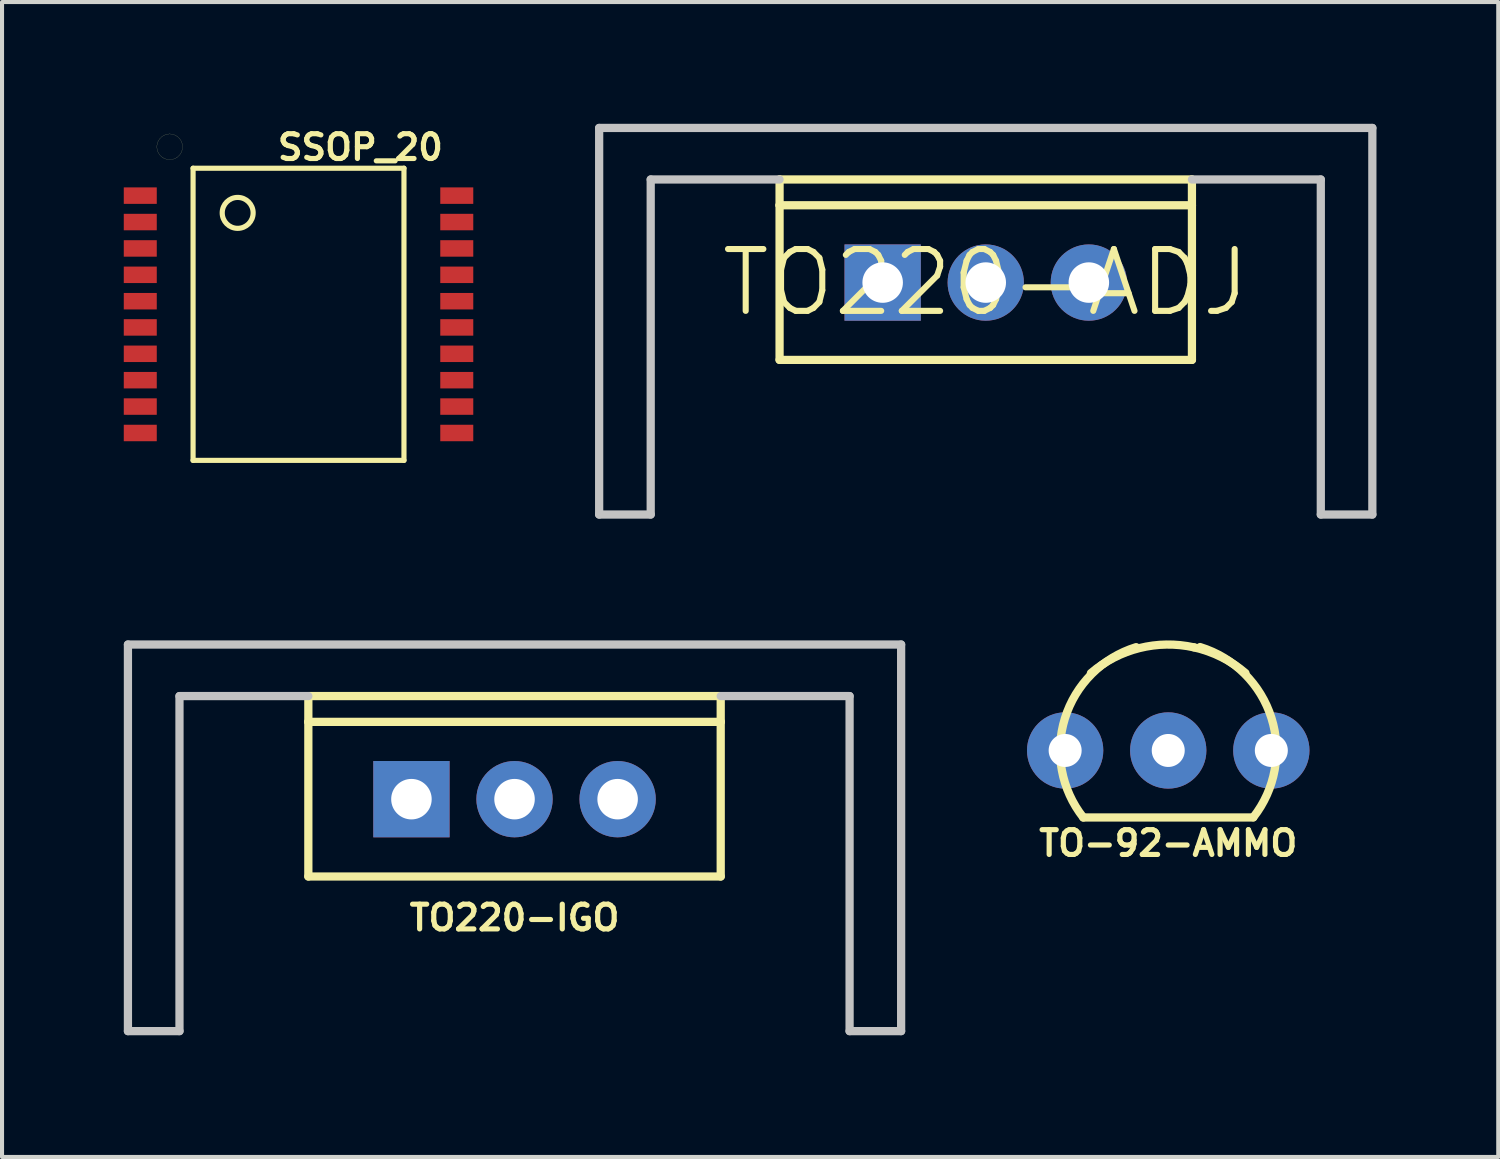
<source format=kicad_pcb>
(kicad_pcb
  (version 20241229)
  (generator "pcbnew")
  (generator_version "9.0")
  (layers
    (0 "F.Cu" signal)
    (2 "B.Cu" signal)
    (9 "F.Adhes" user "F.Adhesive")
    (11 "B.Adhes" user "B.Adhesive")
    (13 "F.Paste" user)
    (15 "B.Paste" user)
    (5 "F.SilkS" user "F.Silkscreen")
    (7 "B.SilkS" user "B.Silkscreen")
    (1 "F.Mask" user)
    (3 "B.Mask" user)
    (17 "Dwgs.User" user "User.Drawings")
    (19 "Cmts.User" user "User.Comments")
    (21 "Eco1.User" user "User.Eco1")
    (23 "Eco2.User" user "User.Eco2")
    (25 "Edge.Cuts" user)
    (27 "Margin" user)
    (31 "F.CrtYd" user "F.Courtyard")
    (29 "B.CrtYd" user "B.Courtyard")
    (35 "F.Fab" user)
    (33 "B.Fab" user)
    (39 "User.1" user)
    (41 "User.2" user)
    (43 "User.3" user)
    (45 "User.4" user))
  (footprint "TO-92-AMMO"
    (layer "F.Cu")
    (at 25.733 15.44)
    (property "Reference" "TO-92-AMMO" (at 0 2.286 180) (layer "F.SilkS") (effects (font (size 0.61 0.61) (thickness 0.127))))
    (attr exclude_from_pos_files exclude_from_bom)
    (fp_line (start -2.093 1.651) (end 2.093 1.651) (stroke (width 0.203) (type solid)) (layer "F.SilkS"))
    (fp_arc (start -2.09296 1.651) (mid -2.546098 -0.789726) (end -0.791292 -2.545612) (stroke (width 0.2032) (type solid)) (layer "F.SilkS"))
    (fp_arc (start -1.905 -1.905) (mid -0.710697 -2.52212) (end 0.633499 -2.540333) (stroke (width 0.2032) (type solid)) (layer "F.SilkS"))
    (fp_arc (start 0.635 -2.54) (mid 1.30743 -2.3015) (end 1.902187 -1.907408) (stroke (width 0.2032) (type solid)) (layer "F.SilkS"))
    (fp_arc (start 0.78486 -2.54762) (mid 2.54411 -0.796164) (end 2.097139 1.645715) (stroke (width 0.2032) (type solid)) (layer "F.SilkS"))
    (pad "1" thru_hole circle (at -2.54 0) (size 1.88 1.88) (drill 0.813) (layers "*.Cu" "*.Paste" "*.Mask"))
    (pad "2" thru_hole circle (at 0 0) (size 1.88 1.88) (drill 0.813) (layers "*.Cu" "*.Paste" "*.Mask"))
    (pad "3" thru_hole circle (at 2.54 0) (size 1.88 1.88) (drill 0.813) (layers "*.Cu" "*.Paste" "*.Mask")))
  (footprint "TO220-ADJ"
    (layer "F.Cu")
    (at 21.237 3.912)
    (property "Reference" "TO220-ADJ" (at 0 0 0) (layer "F.SilkS") (effects (font (size 1.524 1.524) (thickness 0.15))))
    (attr exclude_from_pos_files exclude_from_bom)
    (fp_line (start -5.08 -2.54) (end 5.08 -2.54) (stroke (width 0.203) (type solid)) (layer "F.SilkS"))
    (fp_line (start -5.08 -1.905) (end -5.08 -2.54) (stroke (width 0.203) (type solid)) (layer "F.SilkS"))
    (fp_line (start -5.08 1.905) (end -5.08 -1.905) (stroke (width 0.203) (type solid)) (layer "F.SilkS"))
    (fp_line (start 5.08 -2.54) (end 5.08 -1.905) (stroke (width 0.203) (type solid)) (layer "F.SilkS"))
    (fp_line (start 5.08 -1.905) (end -5.08 -1.905) (stroke (width 0.203) (type solid)) (layer "F.SilkS"))
    (fp_line (start 5.08 -1.905) (end 5.08 1.905) (stroke (width 0.203) (type solid)) (layer "F.SilkS"))
    (fp_line (start 5.08 1.905) (end -5.08 1.905) (stroke (width 0.203) (type solid)) (layer "F.SilkS"))
    (fp_line (start -9.525 -3.81) (end -9.525 5.715) (stroke (width 0.203) (type solid)) (layer "Dwgs.User"))
    (fp_line (start -9.525 5.715) (end -8.255 5.715) (stroke (width 0.203) (type solid)) (layer "Dwgs.User"))
    (fp_line (start -8.255 -2.54) (end -5.08 -2.54) (stroke (width 0.203) (type solid)) (layer "Dwgs.User"))
    (fp_line (start -8.255 5.715) (end -8.255 -2.54) (stroke (width 0.203) (type solid)) (layer "Dwgs.User"))
    (fp_line (start 5.08 -2.54) (end 8.255 -2.54) (stroke (width 0.203) (type solid)) (layer "Dwgs.User"))
    (fp_line (start 8.255 -2.54) (end 8.255 5.715) (stroke (width 0.203) (type solid)) (layer "Dwgs.User"))
    (fp_line (start 8.255 5.715) (end 9.525 5.715) (stroke (width 0.203) (type solid)) (layer "Dwgs.User"))
    (fp_line (start 9.525 -3.81) (end -9.525 -3.81) (stroke (width 0.203) (type solid)) (layer "Dwgs.User"))
    (fp_line (start 9.525 5.715) (end 9.525 -3.81) (stroke (width 0.203) (type solid)) (layer "Dwgs.User"))
    (pad "ADJ" thru_hole rect (at -2.54 0) (size 1.88 1.88) (drill 0.998) (layers "*.Cu" "*.Paste" "*.Mask"))
    (pad "IN" thru_hole circle (at 2.54 0) (size 1.88 1.88) (drill 0.998) (layers "*.Cu" "*.Paste" "*.Mask"))
    (pad "OUT" thru_hole circle (at 0 0) (size 1.88 1.88) (drill 0.998) (layers "*.Cu" "*.Paste" "*.Mask")))
  (footprint "TO220-IGO"
    (layer "F.Cu")
    (at 9.627 16.64)
    (property "Reference" "TO220-IGO" (at 0 2.921 0) (layer "F.SilkS") (effects (font (size 0.61 0.61) (thickness 0.127))))
    (attr exclude_from_pos_files exclude_from_bom)
    (fp_line (start -5.08 -2.54) (end 5.08 -2.54) (stroke (width 0.203) (type solid)) (layer "F.SilkS"))
    (fp_line (start -5.08 -1.905) (end -5.08 -2.54) (stroke (width 0.203) (type solid)) (layer "F.SilkS"))
    (fp_line (start -5.08 1.905) (end -5.08 -1.905) (stroke (width 0.203) (type solid)) (layer "F.SilkS"))
    (fp_line (start 5.08 -2.54) (end 5.08 -1.905) (stroke (width 0.203) (type solid)) (layer "F.SilkS"))
    (fp_line (start 5.08 -1.905) (end -5.08 -1.905) (stroke (width 0.203) (type solid)) (layer "F.SilkS"))
    (fp_line (start 5.08 -1.905) (end 5.08 1.905) (stroke (width 0.203) (type solid)) (layer "F.SilkS"))
    (fp_line (start 5.08 1.905) (end -5.08 1.905) (stroke (width 0.203) (type solid)) (layer "F.SilkS"))
    (fp_line (start -9.525 -3.81) (end -9.525 5.715) (stroke (width 0.203) (type solid)) (layer "Dwgs.User"))
    (fp_line (start -9.525 5.715) (end -8.255 5.715) (stroke (width 0.203) (type solid)) (layer "Dwgs.User"))
    (fp_line (start -8.255 -2.54) (end -5.08 -2.54) (stroke (width 0.203) (type solid)) (layer "Dwgs.User"))
    (fp_line (start -8.255 5.715) (end -8.255 -2.54) (stroke (width 0.203) (type solid)) (layer "Dwgs.User"))
    (fp_line (start 5.08 -2.54) (end 8.255 -2.54) (stroke (width 0.203) (type solid)) (layer "Dwgs.User"))
    (fp_line (start 8.255 -2.54) (end 8.255 5.715) (stroke (width 0.203) (type solid)) (layer "Dwgs.User"))
    (fp_line (start 8.255 5.715) (end 9.525 5.715) (stroke (width 0.203) (type solid)) (layer "Dwgs.User"))
    (fp_line (start 9.525 -3.81) (end -9.525 -3.81) (stroke (width 0.203) (type solid)) (layer "Dwgs.User"))
    (fp_line (start 9.525 5.715) (end 9.525 -3.81) (stroke (width 0.203) (type solid)) (layer "Dwgs.User"))
    (pad "GND" thru_hole circle (at 0 0) (size 1.88 1.88) (drill 0.998) (layers "*.Cu" "*.Paste" "*.Mask"))
    (pad "IN" thru_hole rect (at -2.54 0) (size 1.88 1.88) (drill 0.998) (layers "*.Cu" "*.Paste" "*.Mask"))
    (pad "OUT" thru_hole circle (at 2.54 0) (size 1.88 1.88) (drill 0.998) (layers "*.Cu" "*.Paste" "*.Mask")))
  (footprint "SSOP_20"
    (layer "F.Cu")
    (at 4.305 4.694)
    (property "Reference" "SSOP_20" (at 1.524 -4.115 0) (layer "F.SilkS") (effects (font (size 0.61 0.61) (thickness 0.127))))
    (attr smd)
    (fp_line (start -3.493 -4.128) (end -3.482 -4.056) (stroke (width 0.003) (type solid)) (layer "F.SilkS"))
    (fp_line (start -3.482 -4.196) (end -3.493 -4.128) (stroke (width 0.003) (type solid)) (layer "F.SilkS"))
    (fp_line (start -3.482 -4.056) (end -3.459 -3.988) (stroke (width 0.003) (type solid)) (layer "F.SilkS"))
    (fp_line (start -3.459 -4.265) (end -3.482 -4.196) (stroke (width 0.003) (type solid)) (layer "F.SilkS"))
    (fp_line (start -3.459 -3.988) (end -3.421 -3.929) (stroke (width 0.003) (type solid)) (layer "F.SilkS"))
    (fp_line (start -3.421 -4.323) (end -3.459 -4.265) (stroke (width 0.003) (type solid)) (layer "F.SilkS"))
    (fp_line (start -3.421 -3.929) (end -3.371 -3.879) (stroke (width 0.003) (type solid)) (layer "F.SilkS"))
    (fp_line (start -3.371 -4.374) (end -3.421 -4.323) (stroke (width 0.003) (type solid)) (layer "F.SilkS"))
    (fp_line (start -3.371 -3.879) (end -3.312 -3.84) (stroke (width 0.003) (type solid)) (layer "F.SilkS"))
    (fp_line (start -3.312 -4.412) (end -3.371 -4.374) (stroke (width 0.003) (type solid)) (layer "F.SilkS"))
    (fp_line (start -3.312 -3.84) (end -3.244 -3.818) (stroke (width 0.003) (type solid)) (layer "F.SilkS"))
    (fp_line (start -3.244 -4.435) (end -3.312 -4.412) (stroke (width 0.003) (type solid)) (layer "F.SilkS"))
    (fp_line (start -3.244 -3.818) (end -3.175 -3.81) (stroke (width 0.003) (type solid)) (layer "F.SilkS"))
    (fp_line (start -3.175 -4.445) (end -3.244 -4.435) (stroke (width 0.003) (type solid)) (layer "F.SilkS"))
    (fp_line (start -3.175 -3.81) (end -3.104 -3.818) (stroke (width 0.003) (type solid)) (layer "F.SilkS"))
    (fp_line (start -3.104 -4.435) (end -3.175 -4.445) (stroke (width 0.003) (type solid)) (layer "F.SilkS"))
    (fp_line (start -3.104 -3.818) (end -3.035 -3.84) (stroke (width 0.003) (type solid)) (layer "F.SilkS"))
    (fp_line (start -3.035 -4.412) (end -3.104 -4.435) (stroke (width 0.003) (type solid)) (layer "F.SilkS"))
    (fp_line (start -3.035 -3.84) (end -2.977 -3.879) (stroke (width 0.003) (type solid)) (layer "F.SilkS"))
    (fp_line (start -2.977 -4.374) (end -3.035 -4.412) (stroke (width 0.003) (type solid)) (layer "F.SilkS"))
    (fp_line (start -2.977 -3.879) (end -2.926 -3.929) (stroke (width 0.003) (type solid)) (layer "F.SilkS"))
    (fp_line (start -2.926 -4.323) (end -2.977 -4.374) (stroke (width 0.003) (type solid)) (layer "F.SilkS"))
    (fp_line (start -2.926 -3.929) (end -2.888 -3.988) (stroke (width 0.003) (type solid)) (layer "F.SilkS"))
    (fp_line (start -2.888 -4.265) (end -2.926 -4.323) (stroke (width 0.003) (type solid)) (layer "F.SilkS"))
    (fp_line (start -2.888 -3.988) (end -2.865 -4.056) (stroke (width 0.003) (type solid)) (layer "F.SilkS"))
    (fp_line (start -2.865 -4.196) (end -2.888 -4.265) (stroke (width 0.003) (type solid)) (layer "F.SilkS"))
    (fp_line (start -2.865 -4.056) (end -2.857 -4.128) (stroke (width 0.003) (type solid)) (layer "F.SilkS"))
    (fp_line (start -2.857 -4.128) (end -2.865 -4.196) (stroke (width 0.003) (type solid)) (layer "F.SilkS"))
    (fp_line (start -2.598 -3.599) (end 2.598 -3.599) (stroke (width 0.127) (type solid)) (layer "F.SilkS"))
    (fp_line (start -2.598 3.599) (end -2.598 -3.599) (stroke (width 0.127) (type solid)) (layer "F.SilkS"))
    (fp_line (start 2.598 -3.599) (end 2.598 3.599) (stroke (width 0.127) (type solid)) (layer "F.SilkS"))
    (fp_line (start 2.598 3.599) (end -2.598 3.599) (stroke (width 0.127) (type solid)) (layer "F.SilkS"))
    (fp_circle (center -1.499 -2.499) (end -1.499 -2.88) (stroke (width 0.127) (type solid)) (fill no) (layer "F.SilkS"))
    (pad "1" smd rect (at -3.899 -2.924) (size 0.813 0.406) (layers "F.Cu" "F.Mask" "F.Paste"))
    (pad "2" smd rect (at -3.899 -2.273) (size 0.813 0.406) (layers "F.Cu" "F.Mask" "F.Paste"))
    (pad "3" smd rect (at -3.899 -1.623) (size 0.813 0.406) (layers "F.Cu" "F.Mask" "F.Paste"))
    (pad "4" smd rect (at -3.899 -0.973) (size 0.813 0.406) (layers "F.Cu" "F.Mask" "F.Paste"))
    (pad "5" smd rect (at -3.899 -0.323) (size 0.813 0.406) (layers "F.Cu" "F.Mask" "F.Paste"))
    (pad "6" smd rect (at -3.899 0.323) (size 0.813 0.406) (layers "F.Cu" "F.Mask" "F.Paste"))
    (pad "7" smd rect (at -3.899 0.973) (size 0.813 0.406) (layers "F.Cu" "F.Mask" "F.Paste"))
    (pad "8" smd rect (at -3.899 1.623) (size 0.813 0.406) (layers "F.Cu" "F.Mask" "F.Paste"))
    (pad "9" smd rect (at -3.899 2.273) (size 0.813 0.406) (layers "F.Cu" "F.Mask" "F.Paste"))
    (pad "10" smd rect (at -3.899 2.924) (size 0.813 0.406) (layers "F.Cu" "F.Mask" "F.Paste"))
    (pad "11" smd rect (at 3.899 2.924) (size 0.813 0.406) (layers "F.Cu" "F.Mask" "F.Paste"))
    (pad "12" smd rect (at 3.899 2.273) (size 0.813 0.406) (layers "F.Cu" "F.Mask" "F.Paste"))
    (pad "13" smd rect (at 3.899 1.623) (size 0.813 0.406) (layers "F.Cu" "F.Mask" "F.Paste"))
    (pad "14" smd rect (at 3.899 0.973) (size 0.813 0.406) (layers "F.Cu" "F.Mask" "F.Paste"))
    (pad "15" smd rect (at 3.899 0.323) (size 0.813 0.406) (layers "F.Cu" "F.Mask" "F.Paste"))
    (pad "16" smd rect (at 3.899 -0.323) (size 0.813 0.406) (layers "F.Cu" "F.Mask" "F.Paste"))
    (pad "17" smd rect (at 3.899 -0.973) (size 0.813 0.406) (layers "F.Cu" "F.Mask" "F.Paste"))
    (pad "18" smd rect (at 3.899 -1.623) (size 0.813 0.406) (layers "F.Cu" "F.Mask" "F.Paste"))
    (pad "19" smd rect (at 3.899 -2.273) (size 0.813 0.406) (layers "F.Cu" "F.Mask" "F.Paste"))
    (pad "20" smd rect (at 3.899 -2.924) (size 0.813 0.406) (layers "F.Cu" "F.Mask" "F.Paste")))
  (gr_rect
    (start -3 -3)
    (end 33.864 25.456)
    (stroke (width 0.1) (type default))
    (fill no)
    (layer "Edge.Cuts")))
</source>
